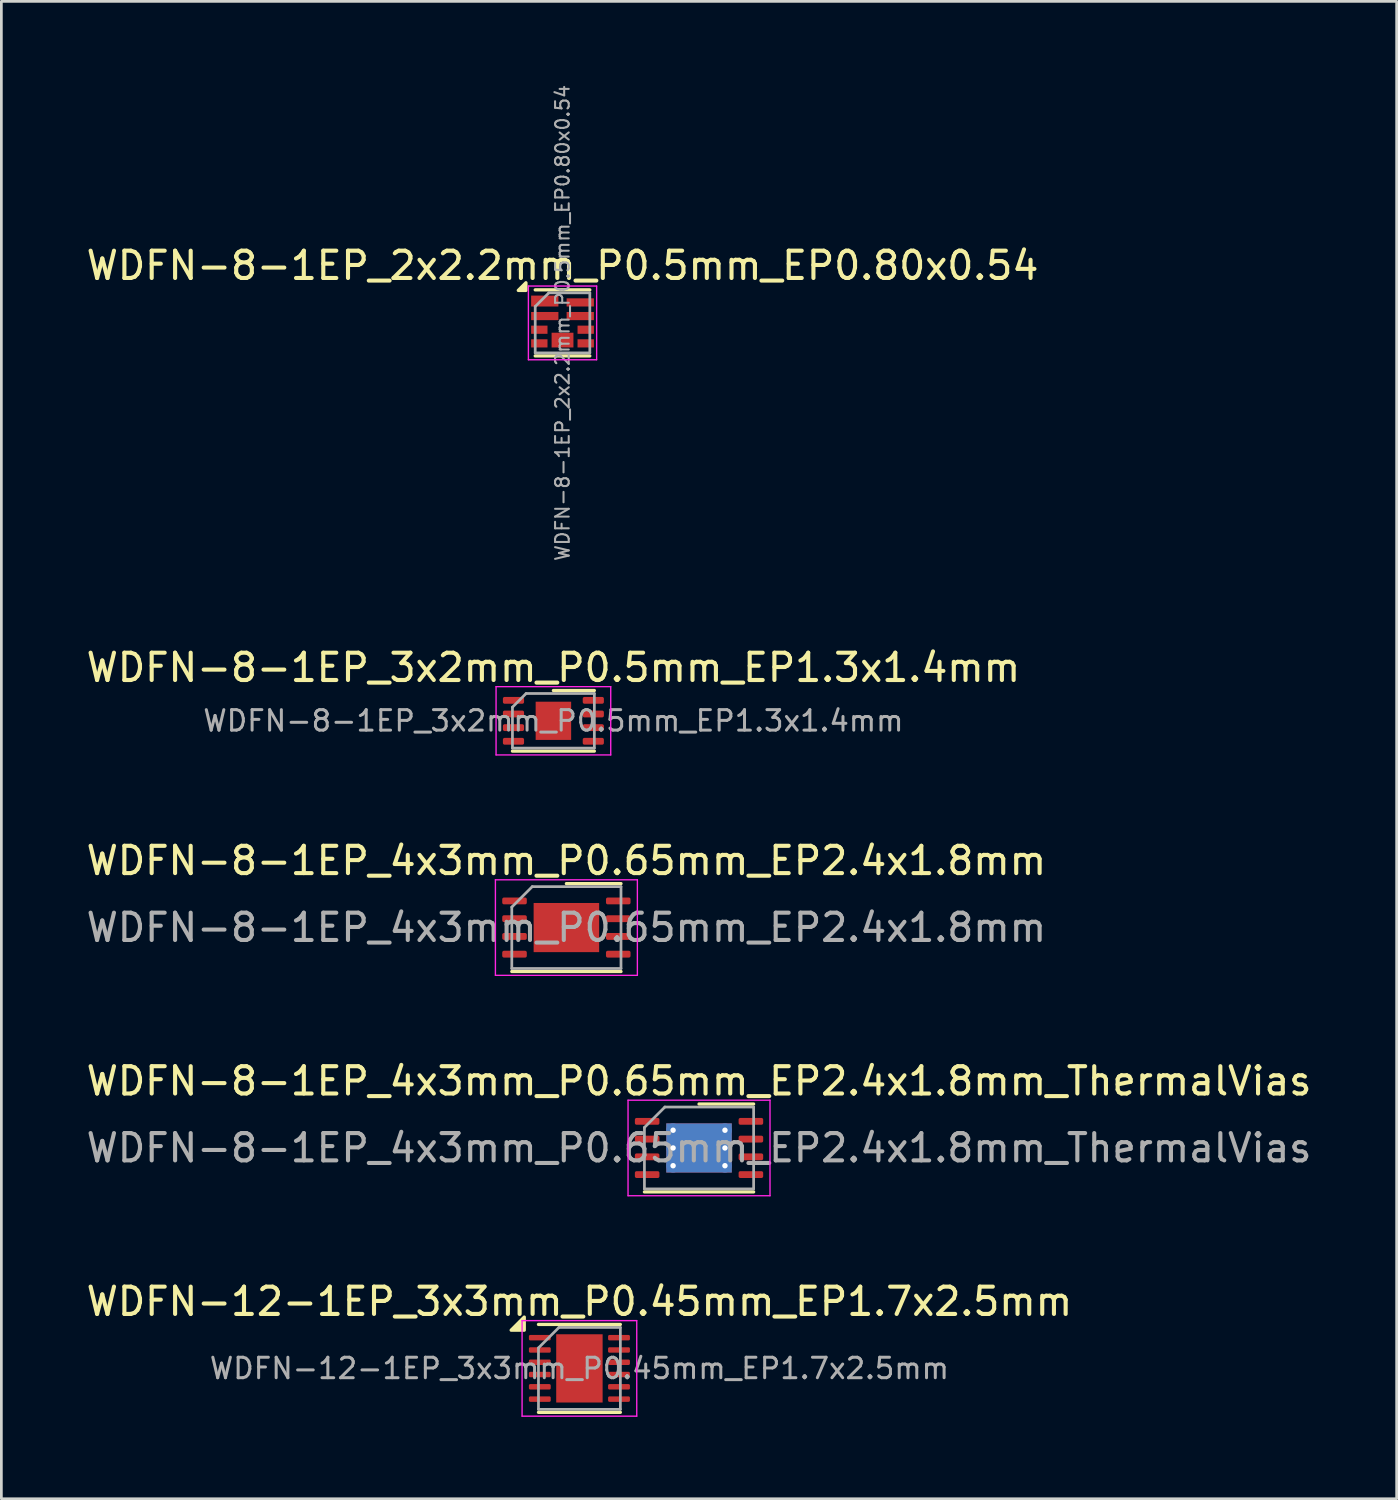
<source format=kicad_pcb>
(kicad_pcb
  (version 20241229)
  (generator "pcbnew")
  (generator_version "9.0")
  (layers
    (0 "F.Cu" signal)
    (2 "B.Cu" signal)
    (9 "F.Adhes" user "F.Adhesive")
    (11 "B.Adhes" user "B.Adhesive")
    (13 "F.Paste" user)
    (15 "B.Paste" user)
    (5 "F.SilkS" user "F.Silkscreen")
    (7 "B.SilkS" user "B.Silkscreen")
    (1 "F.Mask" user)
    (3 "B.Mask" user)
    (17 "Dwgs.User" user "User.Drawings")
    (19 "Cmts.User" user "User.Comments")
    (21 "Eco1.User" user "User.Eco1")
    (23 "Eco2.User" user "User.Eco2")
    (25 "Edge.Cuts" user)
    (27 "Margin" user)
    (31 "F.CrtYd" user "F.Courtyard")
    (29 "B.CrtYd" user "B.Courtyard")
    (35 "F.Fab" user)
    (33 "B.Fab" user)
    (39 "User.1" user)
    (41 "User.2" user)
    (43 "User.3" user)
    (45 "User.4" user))
  (footprint "WDFN-8-1EP_3x2mm_P0.5mm_EP1.3x1.4mm"
    (layer "F.Cu")
    (at 17.22 23.352)
    (property "Reference" "WDFN-8-1EP_3x2mm_P0.5mm_EP1.3x1.4mm" (at 0 -1.95 0) (layer "F.SilkS") (effects (font (size 1 1) (thickness 0.15))))
    (attr smd)
    (fp_line (start -1.5 1.11) (end 1.5 1.11) (stroke (width 0.12) (type solid)) (layer "F.SilkS"))
    (fp_line (start 0 -1.11) (end 1.5 -1.11) (stroke (width 0.12) (type solid)) (layer "F.SilkS"))
    (fp_line (start -2.1 -1.25) (end -2.1 1.25) (stroke (width 0.05) (type solid)) (layer "F.CrtYd"))
    (fp_line (start -2.1 1.25) (end 2.1 1.25) (stroke (width 0.05) (type solid)) (layer "F.CrtYd"))
    (fp_line (start 2.1 -1.25) (end -2.1 -1.25) (stroke (width 0.05) (type solid)) (layer "F.CrtYd"))
    (fp_line (start 2.1 1.25) (end 2.1 -1.25) (stroke (width 0.05) (type solid)) (layer "F.CrtYd"))
    (fp_line (start -1.5 -0.5) (end -1 -1) (stroke (width 0.1) (type solid)) (layer "F.Fab"))
    (fp_line (start -1.5 1) (end -1.5 -0.5) (stroke (width 0.1) (type solid)) (layer "F.Fab"))
    (fp_line (start -1 -1) (end 1.5 -1) (stroke (width 0.1) (type solid)) (layer "F.Fab"))
    (fp_line (start 1.5 -1) (end 1.5 1) (stroke (width 0.1) (type solid)) (layer "F.Fab"))
    (fp_line (start 1.5 1) (end -1.5 1) (stroke (width 0.1) (type solid)) (layer "F.Fab"))
    (fp_text user "${REFERENCE}" (at 0 0 0) (layer "F.Fab") (effects (font (size 0.75 0.75) (thickness 0.11))))
    (pad "" smd roundrect (at -0.325 -0.35) (size 0.52 0.56) (layers "F.Paste") (roundrect_rratio 0.25))
    (pad "" smd roundrect (at -0.325 0.35) (size 0.52 0.56) (layers "F.Paste") (roundrect_rratio 0.25))
    (pad "" smd roundrect (at 0.325 -0.35) (size 0.52 0.56) (layers "F.Paste") (roundrect_rratio 0.25))
    (pad "" smd roundrect (at 0.325 0.35) (size 0.52 0.56) (layers "F.Paste") (roundrect_rratio 0.25))
    (pad "1" smd roundrect (at -1.462 -0.75) (size 0.775 0.25) (layers "F.Cu" "F.Mask" "F.Paste") (roundrect_rratio 0.25))
    (pad "2" smd roundrect (at -1.462 -0.25) (size 0.775 0.25) (layers "F.Cu" "F.Mask" "F.Paste") (roundrect_rratio 0.25))
    (pad "3" smd roundrect (at -1.462 0.25) (size 0.775 0.25) (layers "F.Cu" "F.Mask" "F.Paste") (roundrect_rratio 0.25))
    (pad "4" smd roundrect (at -1.462 0.75) (size 0.775 0.25) (layers "F.Cu" "F.Mask" "F.Paste") (roundrect_rratio 0.25))
    (pad "5" smd roundrect (at 1.462 0.75) (size 0.775 0.25) (layers "F.Cu" "F.Mask" "F.Paste") (roundrect_rratio 0.25))
    (pad "6" smd roundrect (at 1.462 0.25) (size 0.775 0.25) (layers "F.Cu" "F.Mask" "F.Paste") (roundrect_rratio 0.25))
    (pad "7" smd roundrect (at 1.462 -0.25) (size 0.775 0.25) (layers "F.Cu" "F.Mask" "F.Paste") (roundrect_rratio 0.25))
    (pad "8" smd roundrect (at 1.462 -0.75) (size 0.775 0.25) (layers "F.Cu" "F.Mask" "F.Paste") (roundrect_rratio 0.25))
    (pad "9" smd rect (at 0 0) (size 1.3 1.4) (layers "F.Cu" "F.Mask")))
  (footprint "WDFN-8-1EP_2x2.2mm_P0.5mm_EP0.80x0.54"
    (layer "F.Cu")
    (at 17.554 8.777)
    (property "Reference" "WDFN-8-1EP_2x2.2mm_P0.5mm_EP0.80x0.54" (at 0 -2.1 0) (layer "F.SilkS") (effects (font (size 1 1) (thickness 0.15))))
    (attr smd)
    (fp_line (start -1 -1.21) (end 1 -1.21) (stroke (width 0.12) (type solid)) (layer "F.SilkS"))
    (fp_line (start -1 1.21) (end 1 1.21) (stroke (width 0.12) (type solid)) (layer "F.SilkS"))
    (fp_poly (pts (xy -1.34 -1.19) (xy -1.62 -1.19) (xy -1.34 -1.47) (xy -1.34 -1.19)) (stroke (width 0.12) (type solid)) (fill yes) (layer "F.SilkS"))
    (fp_line (start -1.25 -1.35) (end -1.25 1.35) (stroke (width 0.05) (type solid)) (layer "F.CrtYd"))
    (fp_line (start -1.25 -1.35) (end 1.25 -1.35) (stroke (width 0.05) (type solid)) (layer "F.CrtYd"))
    (fp_line (start -1.25 1.35) (end 1.25 1.35) (stroke (width 0.05) (type solid)) (layer "F.CrtYd"))
    (fp_line (start 1.25 -1.35) (end 1.25 1.35) (stroke (width 0.05) (type solid)) (layer "F.CrtYd"))
    (fp_line (start -1 -0.6) (end -0.5 -1.1) (stroke (width 0.1) (type solid)) (layer "F.Fab"))
    (fp_line (start -1 1.1) (end -1 -0.6) (stroke (width 0.1) (type solid)) (layer "F.Fab"))
    (fp_line (start -0.5 -1.1) (end 1 -1.1) (stroke (width 0.1) (type solid)) (layer "F.Fab"))
    (fp_line (start 1 -1.1) (end 1 1.1) (stroke (width 0.1) (type solid)) (layer "F.Fab"))
    (fp_line (start 1 1.1) (end -1 1.1) (stroke (width 0.1) (type solid)) (layer "F.Fab"))
    (fp_text user "${REFERENCE}" (at 0 0 90) (layer "F.Fab") (effects (font (size 0.5 0.5) (thickness 0.075))))
    (pad "1" smd rect (at -0.65 -0.8) (size 1 0.4) (layers "F.Cu" "F.Mask" "F.Paste"))
    (pad "2" smd rect (at -0.65 -0.25) (size 1 0.3) (layers "F.Cu" "F.Mask" "F.Paste"))
    (pad "3" smd rect (at -0.85 0.25) (size 0.6 0.3) (layers "F.Cu" "F.Mask" "F.Paste"))
    (pad "4" smd rect (at -0.85 0.75) (size 0.6 0.3) (layers "F.Cu" "F.Mask" "F.Paste"))
    (pad "5" smd rect (at 0.85 0.75) (size 0.6 0.3) (layers "F.Cu" "F.Mask" "F.Paste"))
    (pad "6" smd rect (at 0.85 0.25) (size 0.6 0.3) (layers "F.Cu" "F.Mask" "F.Paste"))
    (pad "7" smd rect (at 0.65 -0.25) (size 1 0.3) (layers "F.Cu" "F.Mask" "F.Paste"))
    (pad "8" smd rect (at 0.65 -0.75) (size 1 0.3) (layers "F.Cu" "F.Mask" "F.Paste"))
    (pad "9" smd rect (at 0 0.63) (size 0.8 0.54) (layers "F.Cu" "F.Mask" "F.Paste")))
  (footprint "WDFN-12-1EP_3x3mm_P0.45mm_EP1.7x2.5mm"
    (layer "F.Cu")
    (at 18.173 47.072)
    (property "Reference" "WDFN-12-1EP_3x3mm_P0.45mm_EP1.7x2.5mm" (at 0 -2.45 0) (layer "F.SilkS") (effects (font (size 1 1) (thickness 0.15))))
    (attr smd)
    (fp_line (start -1.5 -1.61) (end 1.5 -1.61) (stroke (width 0.12) (type solid)) (layer "F.SilkS"))
    (fp_line (start -1.5 1.61) (end 1.5 1.61) (stroke (width 0.12) (type solid)) (layer "F.SilkS"))
    (fp_poly (pts (xy -2.02 -1.4) (xy -2.5 -1.4) (xy -2.02 -1.88) (xy -2.02 -1.4)) (stroke (width 0.12) (type solid)) (fill yes) (layer "F.SilkS"))
    (fp_line (start -2.1 -1.75) (end -2.1 1.75) (stroke (width 0.05) (type solid)) (layer "F.CrtYd"))
    (fp_line (start -2.1 1.75) (end 2.1 1.75) (stroke (width 0.05) (type solid)) (layer "F.CrtYd"))
    (fp_line (start 2.1 -1.75) (end -2.1 -1.75) (stroke (width 0.05) (type solid)) (layer "F.CrtYd"))
    (fp_line (start 2.1 1.75) (end 2.1 -1.75) (stroke (width 0.05) (type solid)) (layer "F.CrtYd"))
    (fp_line (start -1.5 -0.75) (end -0.75 -1.5) (stroke (width 0.1) (type solid)) (layer "F.Fab"))
    (fp_line (start -1.5 1.5) (end -1.5 -0.75) (stroke (width 0.1) (type solid)) (layer "F.Fab"))
    (fp_line (start -0.75 -1.5) (end 1.5 -1.5) (stroke (width 0.1) (type solid)) (layer "F.Fab"))
    (fp_line (start 1.5 -1.5) (end 1.5 1.5) (stroke (width 0.1) (type solid)) (layer "F.Fab"))
    (fp_line (start 1.5 1.5) (end -1.5 1.5) (stroke (width 0.1) (type solid)) (layer "F.Fab"))
    (fp_text user "${REFERENCE}" (at 0 0 0) (layer "F.Fab") (effects (font (size 0.75 0.75) (thickness 0.11))))
    (pad "" smd roundrect (at -0.425 -0.625) (size 0.69 1.01) (layers "F.Paste") (roundrect_rratio 0.25))
    (pad "" smd roundrect (at -0.425 0.625) (size 0.69 1.01) (layers "F.Paste") (roundrect_rratio 0.25))
    (pad "" smd roundrect (at 0.425 -0.625) (size 0.69 1.01) (layers "F.Paste") (roundrect_rratio 0.25))
    (pad "" smd roundrect (at 0.425 0.625) (size 0.69 1.01) (layers "F.Paste") (roundrect_rratio 0.25))
    (pad "1" smd roundrect (at -1.45 -1.125) (size 0.8 0.2) (layers "F.Cu" "F.Mask" "F.Paste") (roundrect_rratio 0.25))
    (pad "2" smd roundrect (at -1.45 -0.675) (size 0.8 0.2) (layers "F.Cu" "F.Mask" "F.Paste") (roundrect_rratio 0.25))
    (pad "3" smd roundrect (at -1.45 -0.225) (size 0.8 0.2) (layers "F.Cu" "F.Mask" "F.Paste") (roundrect_rratio 0.25))
    (pad "4" smd roundrect (at -1.45 0.225) (size 0.8 0.2) (layers "F.Cu" "F.Mask" "F.Paste") (roundrect_rratio 0.25))
    (pad "5" smd roundrect (at -1.45 0.675) (size 0.8 0.2) (layers "F.Cu" "F.Mask" "F.Paste") (roundrect_rratio 0.25))
    (pad "6" smd roundrect (at -1.45 1.125) (size 0.8 0.2) (layers "F.Cu" "F.Mask" "F.Paste") (roundrect_rratio 0.25))
    (pad "7" smd roundrect (at 1.45 1.125) (size 0.8 0.2) (layers "F.Cu" "F.Mask" "F.Paste") (roundrect_rratio 0.25))
    (pad "8" smd roundrect (at 1.45 0.675) (size 0.8 0.2) (layers "F.Cu" "F.Mask" "F.Paste") (roundrect_rratio 0.25))
    (pad "9" smd roundrect (at 1.45 0.225) (size 0.8 0.2) (layers "F.Cu" "F.Mask" "F.Paste") (roundrect_rratio 0.25))
    (pad "10" smd roundrect (at 1.45 -0.225) (size 0.8 0.2) (layers "F.Cu" "F.Mask" "F.Paste") (roundrect_rratio 0.25))
    (pad "11" smd roundrect (at 1.45 -0.675) (size 0.8 0.2) (layers "F.Cu" "F.Mask" "F.Paste") (roundrect_rratio 0.25))
    (pad "12" smd roundrect (at 1.45 -1.125) (size 0.8 0.2) (layers "F.Cu" "F.Mask" "F.Paste") (roundrect_rratio 0.25))
    (pad "13" smd rect (at 0 0) (size 1.7 2.5) (property pad_prop_heatsink) (layers "F.Cu" "F.Mask")))
  (footprint "WDFN-8-1EP_4x3mm_P0.65mm_EP2.4x1.8mm_ThermalVias"
    (layer "F.Cu")
    (at 22.554 38.998)
    (property "Reference" "WDFN-8-1EP_4x3mm_P0.65mm_EP2.4x1.8mm_ThermalVias" (at 0 -2.45 0) (layer "F.SilkS") (effects (font (size 1 1) (thickness 0.15))))
    (attr smd)
    (fp_line (start -2 1.61) (end 2 1.61) (stroke (width 0.12) (type solid)) (layer "F.SilkS"))
    (fp_line (start 0 -1.61) (end 2 -1.61) (stroke (width 0.12) (type solid)) (layer "F.SilkS"))
    (fp_line (start -2.6 -1.75) (end -2.6 1.75) (stroke (width 0.05) (type solid)) (layer "F.CrtYd"))
    (fp_line (start -2.6 1.75) (end 2.6 1.75) (stroke (width 0.05) (type solid)) (layer "F.CrtYd"))
    (fp_line (start 2.6 -1.75) (end -2.6 -1.75) (stroke (width 0.05) (type solid)) (layer "F.CrtYd"))
    (fp_line (start 2.6 1.75) (end 2.6 -1.75) (stroke (width 0.05) (type solid)) (layer "F.CrtYd"))
    (fp_line (start -2 -0.75) (end -1.25 -1.5) (stroke (width 0.1) (type solid)) (layer "F.Fab"))
    (fp_line (start -2 1.5) (end -2 -0.75) (stroke (width 0.1) (type solid)) (layer "F.Fab"))
    (fp_line (start -1.25 -1.5) (end 2 -1.5) (stroke (width 0.1) (type solid)) (layer "F.Fab"))
    (fp_line (start 2 -1.5) (end 2 1.5) (stroke (width 0.1) (type solid)) (layer "F.Fab"))
    (fp_line (start 2 1.5) (end -2 1.5) (stroke (width 0.1) (type solid)) (layer "F.Fab"))
    (fp_text user "${REFERENCE}" (at 0 0 0) (layer "F.Fab") (effects (font (size 1 1) (thickness 0.15))))
    (pad "" smd roundrect (at -0.6 -0.45) (size 0.97 0.73) (layers "F.Paste") (roundrect_rratio 0.25))
    (pad "" smd roundrect (at -0.6 0.45) (size 0.97 0.73) (layers "F.Paste") (roundrect_rratio 0.25))
    (pad "" smd roundrect (at 0.6 -0.45) (size 0.97 0.73) (layers "F.Paste") (roundrect_rratio 0.25))
    (pad "" smd roundrect (at 0.6 0.45) (size 0.97 0.73) (layers "F.Paste") (roundrect_rratio 0.25))
    (pad "1" smd roundrect (at -1.9 -0.975) (size 0.9 0.25) (layers "F.Cu" "F.Mask" "F.Paste") (roundrect_rratio 0.25))
    (pad "2" smd roundrect (at -1.9 -0.325) (size 0.9 0.25) (layers "F.Cu" "F.Mask" "F.Paste") (roundrect_rratio 0.25))
    (pad "3" smd roundrect (at -1.9 0.325) (size 0.9 0.25) (layers "F.Cu" "F.Mask" "F.Paste") (roundrect_rratio 0.25))
    (pad "4" smd roundrect (at -1.9 0.975) (size 0.9 0.25) (layers "F.Cu" "F.Mask" "F.Paste") (roundrect_rratio 0.25))
    (pad "5" smd roundrect (at 1.9 0.975) (size 0.9 0.25) (layers "F.Cu" "F.Mask" "F.Paste") (roundrect_rratio 0.25))
    (pad "6" smd roundrect (at 1.9 0.325) (size 0.9 0.25) (layers "F.Cu" "F.Mask" "F.Paste") (roundrect_rratio 0.25))
    (pad "7" smd roundrect (at 1.9 -0.325) (size 0.9 0.25) (layers "F.Cu" "F.Mask" "F.Paste") (roundrect_rratio 0.25))
    (pad "8" smd roundrect (at 1.9 -0.975) (size 0.9 0.25) (layers "F.Cu" "F.Mask" "F.Paste") (roundrect_rratio 0.25))
    (pad "9" thru_hole circle (at -0.95 -0.65) (size 0.5 0.5) (drill 0.2) (layers "*.Cu"))
    (pad "9" thru_hole circle (at -0.95 0) (size 0.5 0.5) (drill 0.2) (layers "*.Cu"))
    (pad "9" thru_hole circle (at -0.95 0.65) (size 0.5 0.5) (drill 0.2) (layers "*.Cu"))
    (pad "9" smd rect (at 0 0) (size 2.4 1.8) (layers "F.Cu" "F.Mask"))
    (pad "9" smd rect (at 0 0) (size 2.4 1.8) (layers "B.Cu"))
    (pad "9" thru_hole circle (at 0.95 -0.65) (size 0.5 0.5) (drill 0.2) (layers "*.Cu"))
    (pad "9" thru_hole circle (at 0.95 0) (size 0.5 0.5) (drill 0.2) (layers "*.Cu"))
    (pad "9" thru_hole circle (at 0.95 0.65) (size 0.5 0.5) (drill 0.2) (layers "*.Cu")))
  (footprint "WDFN-8-1EP_4x3mm_P0.65mm_EP2.4x1.8mm"
    (layer "F.Cu")
    (at 17.696 30.925)
    (property "Reference" "WDFN-8-1EP_4x3mm_P0.65mm_EP2.4x1.8mm" (at 0 -2.45 0) (layer "F.SilkS") (effects (font (size 1 1) (thickness 0.15))))
    (attr smd)
    (fp_line (start -2 1.61) (end 2 1.61) (stroke (width 0.12) (type solid)) (layer "F.SilkS"))
    (fp_line (start 0 -1.61) (end 2 -1.61) (stroke (width 0.12) (type solid)) (layer "F.SilkS"))
    (fp_line (start -2.6 -1.75) (end -2.6 1.75) (stroke (width 0.05) (type solid)) (layer "F.CrtYd"))
    (fp_line (start -2.6 1.75) (end 2.6 1.75) (stroke (width 0.05) (type solid)) (layer "F.CrtYd"))
    (fp_line (start 2.6 -1.75) (end -2.6 -1.75) (stroke (width 0.05) (type solid)) (layer "F.CrtYd"))
    (fp_line (start 2.6 1.75) (end 2.6 -1.75) (stroke (width 0.05) (type solid)) (layer "F.CrtYd"))
    (fp_line (start -2 -0.75) (end -1.25 -1.5) (stroke (width 0.1) (type solid)) (layer "F.Fab"))
    (fp_line (start -2 1.5) (end -2 -0.75) (stroke (width 0.1) (type solid)) (layer "F.Fab"))
    (fp_line (start -1.25 -1.5) (end 2 -1.5) (stroke (width 0.1) (type solid)) (layer "F.Fab"))
    (fp_line (start 2 -1.5) (end 2 1.5) (stroke (width 0.1) (type solid)) (layer "F.Fab"))
    (fp_line (start 2 1.5) (end -2 1.5) (stroke (width 0.1) (type solid)) (layer "F.Fab"))
    (fp_text user "${REFERENCE}" (at 0 0 0) (layer "F.Fab") (effects (font (size 1 1) (thickness 0.15))))
    (pad "" smd roundrect (at -0.6 -0.45) (size 0.97 0.73) (layers "F.Paste") (roundrect_rratio 0.25))
    (pad "" smd roundrect (at -0.6 0.45) (size 0.97 0.73) (layers "F.Paste") (roundrect_rratio 0.25))
    (pad "" smd roundrect (at 0.6 -0.45) (size 0.97 0.73) (layers "F.Paste") (roundrect_rratio 0.25))
    (pad "" smd roundrect (at 0.6 0.45) (size 0.97 0.73) (layers "F.Paste") (roundrect_rratio 0.25))
    (pad "1" smd roundrect (at -1.9 -0.975) (size 0.9 0.25) (layers "F.Cu" "F.Mask" "F.Paste") (roundrect_rratio 0.25))
    (pad "2" smd roundrect (at -1.9 -0.325) (size 0.9 0.25) (layers "F.Cu" "F.Mask" "F.Paste") (roundrect_rratio 0.25))
    (pad "3" smd roundrect (at -1.9 0.325) (size 0.9 0.25) (layers "F.Cu" "F.Mask" "F.Paste") (roundrect_rratio 0.25))
    (pad "4" smd roundrect (at -1.9 0.975) (size 0.9 0.25) (layers "F.Cu" "F.Mask" "F.Paste") (roundrect_rratio 0.25))
    (pad "5" smd roundrect (at 1.9 0.975) (size 0.9 0.25) (layers "F.Cu" "F.Mask" "F.Paste") (roundrect_rratio 0.25))
    (pad "6" smd roundrect (at 1.9 0.325) (size 0.9 0.25) (layers "F.Cu" "F.Mask" "F.Paste") (roundrect_rratio 0.25))
    (pad "7" smd roundrect (at 1.9 -0.325) (size 0.9 0.25) (layers "F.Cu" "F.Mask" "F.Paste") (roundrect_rratio 0.25))
    (pad "8" smd roundrect (at 1.9 -0.975) (size 0.9 0.25) (layers "F.Cu" "F.Mask" "F.Paste") (roundrect_rratio 0.25))
    (pad "9" smd rect (at 0 0) (size 2.4 1.8) (layers "F.Cu" "F.Mask")))
  (gr_rect
    (start -3 -3)
    (end 48.107 51.847)
    (stroke (width 0.1) (type default))
    (fill no)
    (layer "Edge.Cuts")))
</source>
